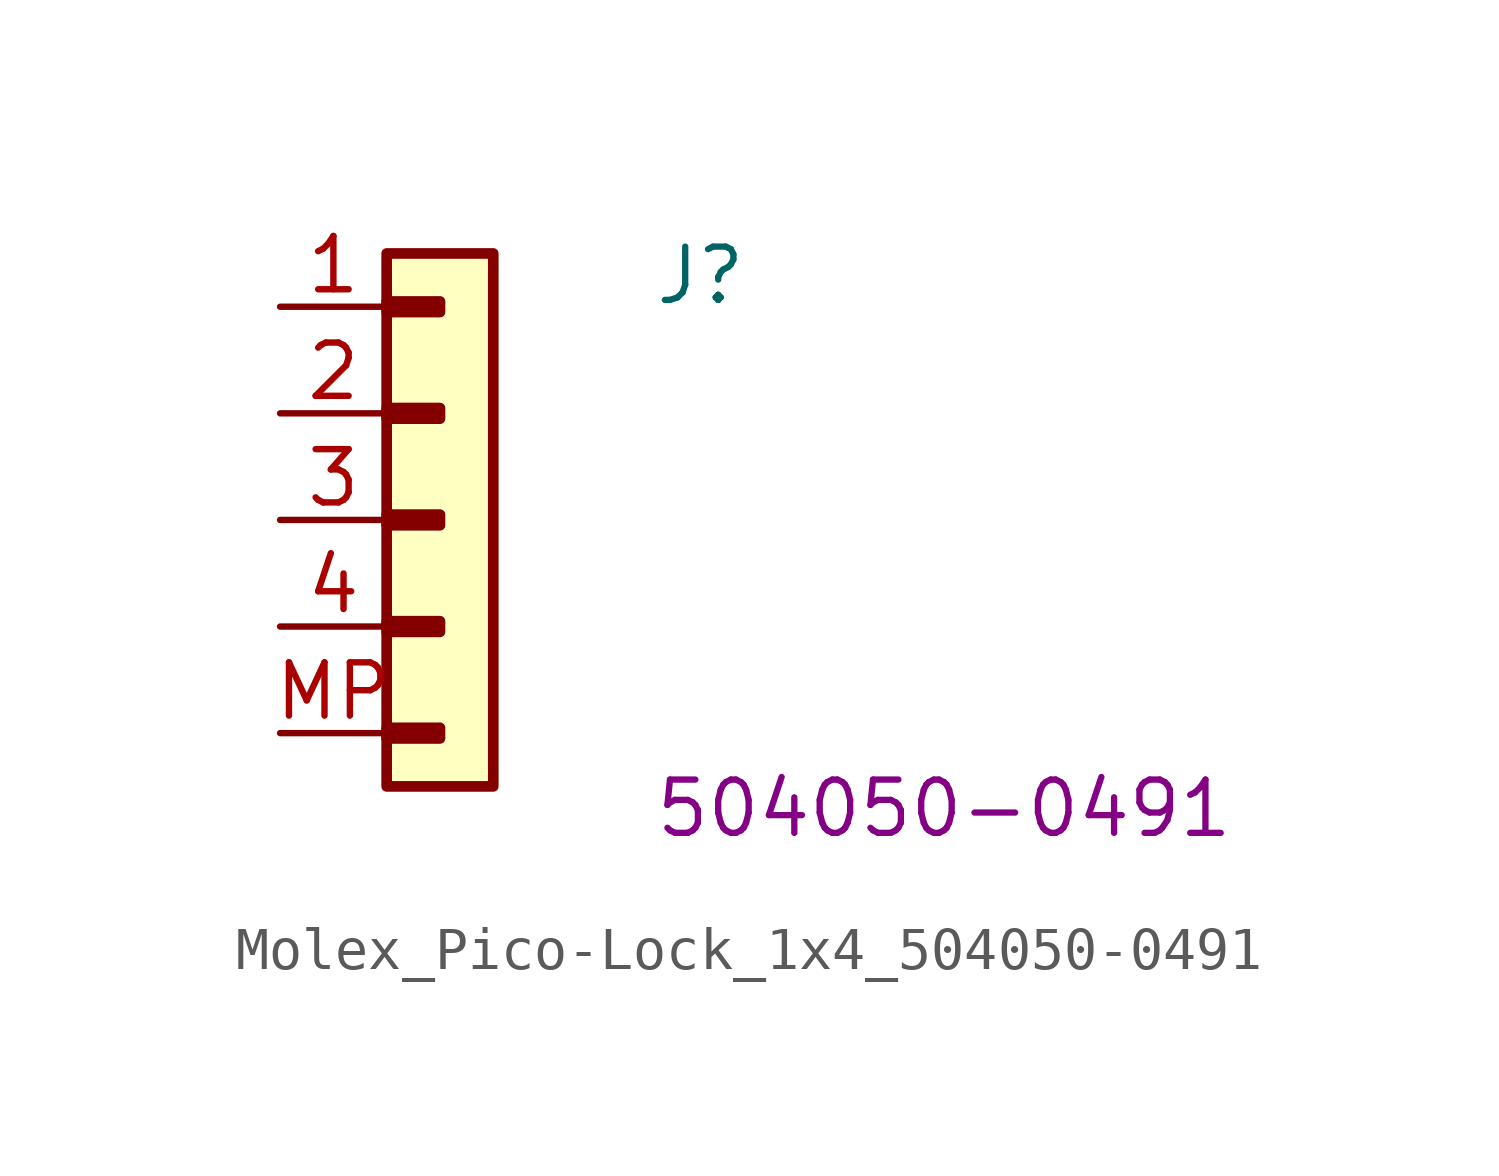
<source format=kicad_sym>
(kicad_symbol_lib
  (version 20220914)
  (generator kicad_symbol_editor)
  (symbol "Molex_Pico-Lock_1x4_504050-0491"
    (pin_names hide)
    (property "Reference" "J"
      (at 8.89 0 0)
      (effects (font (size 1.27 1.27) (thickness 0.15)) (justify left bottom)))
    (property "MPN" "504050-0491"
      (at 8.89 -12.7 0)
      (effects (font (size 1.27 1.27) (thickness 0.15)) (justify left bottom)))
    (symbol "Molex_Pico-Lock_1x4_504050-0491_1_1"
      (rectangle (start 2.54 -10.033) (end 3.81 -10.287) (stroke (width 0.254) (type default)) (fill (type background)))
      (rectangle (start 2.54 -7.493) (end 3.81 -7.747) (stroke (width 0.254) (type default)) (fill (type background)))
      (rectangle (start 2.54 -4.953) (end 3.81 -5.207) (stroke (width 0.254) (type default)) (fill (type background)))
      (rectangle (start 2.54 -2.413) (end 3.81 -2.667) (stroke (width 0.254) (type default)) (fill (type background)))
      (rectangle (start 2.54 0.127) (end 3.81 -0.127) (stroke (width 0.254) (type default)) (fill (type background)))
      (rectangle (start 2.54 1.27) (end 5.08 -11.43) (stroke (width 0.254) (type default)) (fill (type background)))
      (pin passive line (at 0 0 0) (length 2.54) (name "1" (effects (font (size 1.27 1.27)))) (number "1" (effects (font (size 1.27 1.27)))))
      (pin passive line (at 0 -2.54 0) (length 2.54) (name "2" (effects (font (size 1.27 1.27)))) (number "2" (effects (font (size 1.27 1.27)))))
      (pin passive line (at 0 -5.08 0) (length 2.54) (name "3" (effects (font (size 1.27 1.27)))) (number "3" (effects (font (size 1.27 1.27)))))
      (pin passive line (at 0 -7.62 0) (length 2.54) (name "4" (effects (font (size 1.27 1.27)))) (number "4" (effects (font (size 1.27 1.27)))))
      (pin passive line (at 0 -10.16 0) (length 2.54) (name "MP" (effects (font (size 1.27 1.27)))) (number "MP" (effects (font (size 1.27 1.27))))))))
</source>
